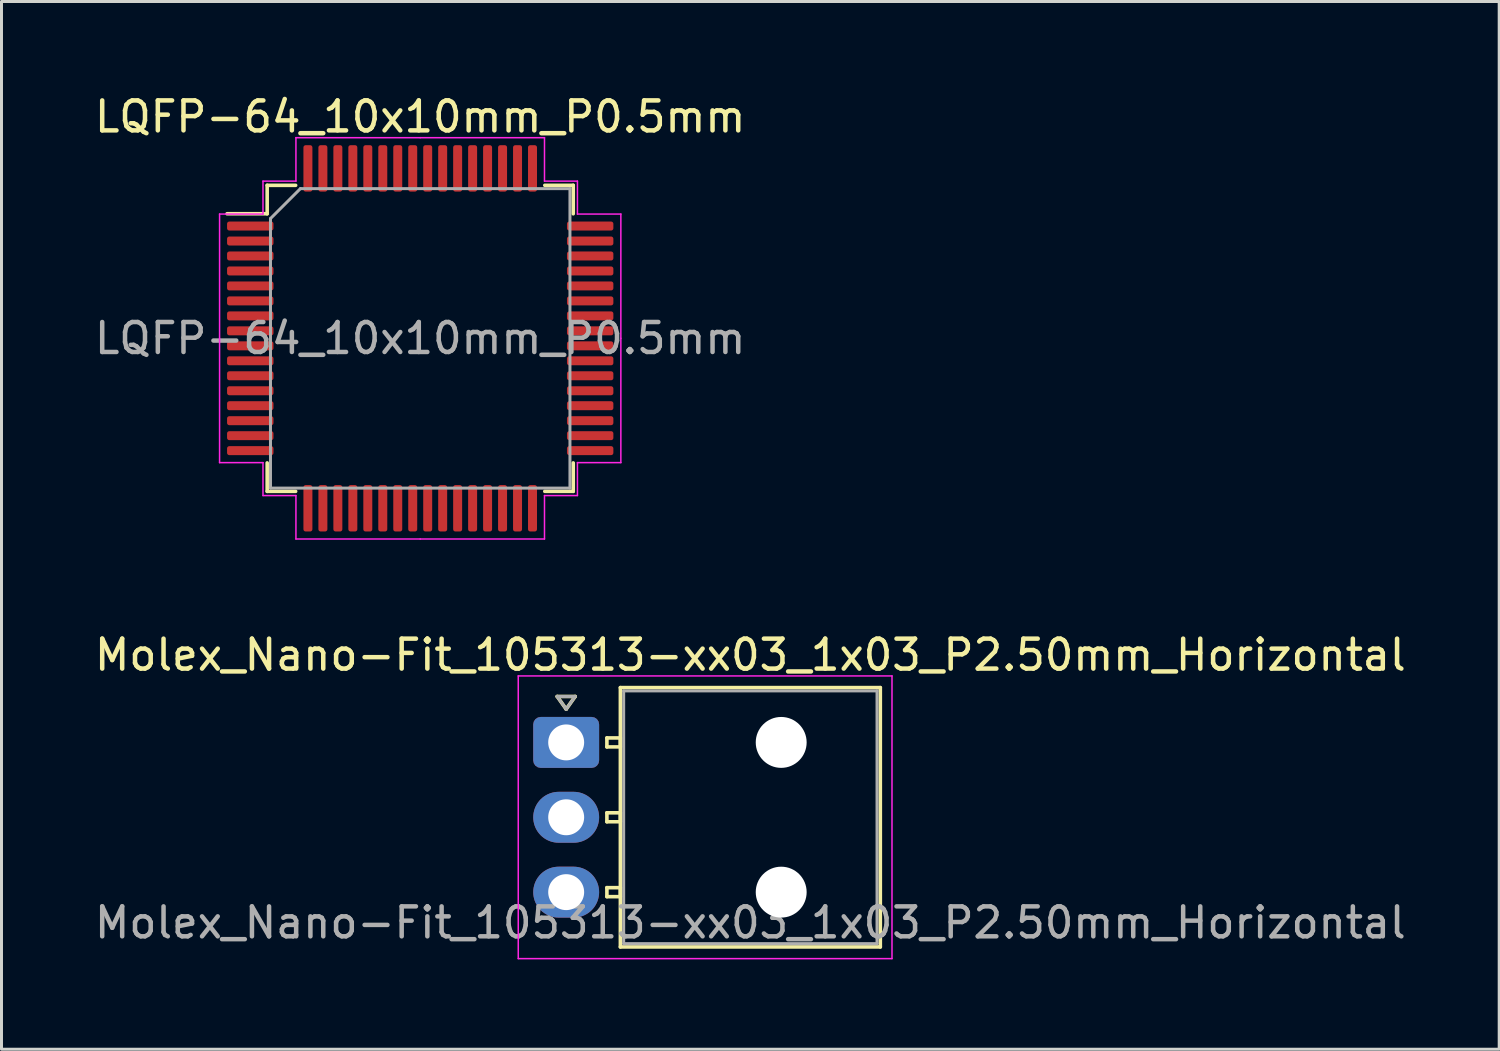
<source format=kicad_pcb>
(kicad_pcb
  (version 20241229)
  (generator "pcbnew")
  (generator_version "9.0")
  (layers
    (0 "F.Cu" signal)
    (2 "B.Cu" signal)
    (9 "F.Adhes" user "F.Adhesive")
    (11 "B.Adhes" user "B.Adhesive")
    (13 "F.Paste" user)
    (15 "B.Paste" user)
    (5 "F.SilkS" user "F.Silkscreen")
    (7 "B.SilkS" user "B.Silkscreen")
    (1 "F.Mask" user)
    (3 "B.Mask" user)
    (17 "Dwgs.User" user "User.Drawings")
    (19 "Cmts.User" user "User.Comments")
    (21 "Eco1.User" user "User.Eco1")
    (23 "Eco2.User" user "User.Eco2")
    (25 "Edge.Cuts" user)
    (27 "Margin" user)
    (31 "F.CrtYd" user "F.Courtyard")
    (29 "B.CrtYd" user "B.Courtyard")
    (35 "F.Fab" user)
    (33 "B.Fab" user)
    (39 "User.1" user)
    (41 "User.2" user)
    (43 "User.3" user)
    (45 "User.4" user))
  (footprint "Molex_Nano-Fit_105313-xx03_1x03_P2.50mm_Horizontal"
    (layer "F.Cu")
    (at 15.856 21.741)
    (property "Reference" "Molex_Nano-Fit_105313-xx03_1x03_P2.50mm_Horizontal" (at 6.15 -2.92 0) (layer "F.SilkS") (effects (font (size 1 1) (thickness 0.15))))
    (attr through_hole)
    (fp_line (start -0.3 -1.534) (end 0 -1.11) (stroke (width 0.12) (type solid)) (layer "F.SilkS"))
    (fp_line (start 0 -1.11) (end 0.3 -1.534) (stroke (width 0.12) (type solid)) (layer "F.SilkS"))
    (fp_line (start 0.3 -1.534) (end -0.3 -1.534) (stroke (width 0.12) (type solid)) (layer "F.SilkS"))
    (fp_line (start 1.36 -0.15) (end 1.36 0.15) (stroke (width 0.12) (type solid)) (layer "F.SilkS"))
    (fp_line (start 1.36 0.15) (end 1.81 0.15) (stroke (width 0.12) (type solid)) (layer "F.SilkS"))
    (fp_line (start 1.36 2.35) (end 1.36 2.65) (stroke (width 0.12) (type solid)) (layer "F.SilkS"))
    (fp_line (start 1.36 2.65) (end 1.81 2.65) (stroke (width 0.12) (type solid)) (layer "F.SilkS"))
    (fp_line (start 1.36 4.85) (end 1.36 5.15) (stroke (width 0.12) (type solid)) (layer "F.SilkS"))
    (fp_line (start 1.36 5.15) (end 1.81 5.15) (stroke (width 0.12) (type solid)) (layer "F.SilkS"))
    (fp_line (start 1.81 -1.83) (end 1.81 6.83) (stroke (width 0.12) (type solid)) (layer "F.SilkS"))
    (fp_line (start 1.81 -0.15) (end 1.36 -0.15) (stroke (width 0.12) (type solid)) (layer "F.SilkS"))
    (fp_line (start 1.81 0.15) (end 1.81 -0.15) (stroke (width 0.12) (type solid)) (layer "F.SilkS"))
    (fp_line (start 1.81 2.35) (end 1.36 2.35) (stroke (width 0.12) (type solid)) (layer "F.SilkS"))
    (fp_line (start 1.81 2.65) (end 1.81 2.35) (stroke (width 0.12) (type solid)) (layer "F.SilkS"))
    (fp_line (start 1.81 4.85) (end 1.36 4.85) (stroke (width 0.12) (type solid)) (layer "F.SilkS"))
    (fp_line (start 1.81 5.15) (end 1.81 4.85) (stroke (width 0.12) (type solid)) (layer "F.SilkS"))
    (fp_line (start 1.81 6.83) (end 10.49 6.83) (stroke (width 0.12) (type solid)) (layer "F.SilkS"))
    (fp_line (start 10.49 -1.83) (end 1.81 -1.83) (stroke (width 0.12) (type solid)) (layer "F.SilkS"))
    (fp_line (start 10.49 6.83) (end 10.49 -1.83) (stroke (width 0.12) (type solid)) (layer "F.SilkS"))
    (fp_line (start -1.6 -2.22) (end -1.6 7.22) (stroke (width 0.05) (type solid)) (layer "F.CrtYd"))
    (fp_line (start -1.6 7.22) (end 10.88 7.22) (stroke (width 0.05) (type solid)) (layer "F.CrtYd"))
    (fp_line (start 10.88 -2.22) (end -1.6 -2.22) (stroke (width 0.05) (type solid)) (layer "F.CrtYd"))
    (fp_line (start 10.88 7.22) (end 10.88 -2.22) (stroke (width 0.05) (type solid)) (layer "F.CrtYd"))
    (fp_line (start -0.3 -1.534) (end 0 -1.11) (stroke (width 0.1) (type solid)) (layer "F.Fab"))
    (fp_line (start 0 -1.11) (end 0.3 -1.534) (stroke (width 0.1) (type solid)) (layer "F.Fab"))
    (fp_line (start 0.3 -1.534) (end -0.3 -1.534) (stroke (width 0.1) (type solid)) (layer "F.Fab"))
    (fp_line (start 1.92 -1.72) (end 1.92 6.72) (stroke (width 0.1) (type solid)) (layer "F.Fab"))
    (fp_line (start 1.92 6.72) (end 10.38 6.72) (stroke (width 0.1) (type solid)) (layer "F.Fab"))
    (fp_line (start 10.38 -1.72) (end 1.92 -1.72) (stroke (width 0.1) (type solid)) (layer "F.Fab"))
    (fp_line (start 10.38 6.72) (end 10.38 -1.72) (stroke (width 0.1) (type solid)) (layer "F.Fab"))
    (fp_text user "${REFERENCE}" (at 6.15 6.02 0) (layer "F.Fab") (effects (font (size 1 1) (thickness 0.15))))
    (pad "" np_thru_hole circle (at 7.18 0) (size 1.7 1.7) (drill 1.7) (layers "*.Cu" "*.Mask"))
    (pad "" np_thru_hole circle (at 7.18 5) (size 1.7 1.7) (drill 1.7) (layers "*.Cu" "*.Mask"))
    (pad "1" thru_hole roundrect (at 0 0) (size 2.2 1.7) (drill 1.2) (layers "*.Cu" "*.Mask") (roundrect_rratio 0.147))
    (pad "2" thru_hole oval (at 0 2.5) (size 2.2 1.7) (drill 1.2) (layers "*.Cu" "*.Mask"))
    (pad "3" thru_hole oval (at 0 5) (size 2.2 1.7) (drill 1.2) (layers "*.Cu" "*.Mask")))
  (footprint "LQFP-64_10x10mm_P0.5mm"
    (layer "F.Cu")
    (at 10.982 8.248)
    (property "Reference" "LQFP-64_10x10mm_P0.5mm" (at 0 -7.4 0) (layer "F.SilkS") (effects (font (size 1 1) (thickness 0.15))))
    (attr smd)
    (fp_line (start -5.11 -5.11) (end -5.11 -4.16) (stroke (width 0.12) (type solid)) (layer "F.SilkS"))
    (fp_line (start -5.11 -4.16) (end -6.45 -4.16) (stroke (width 0.12) (type solid)) (layer "F.SilkS"))
    (fp_line (start -5.11 5.11) (end -5.11 4.16) (stroke (width 0.12) (type solid)) (layer "F.SilkS"))
    (fp_line (start -4.16 -5.11) (end -5.11 -5.11) (stroke (width 0.12) (type solid)) (layer "F.SilkS"))
    (fp_line (start -4.16 5.11) (end -5.11 5.11) (stroke (width 0.12) (type solid)) (layer "F.SilkS"))
    (fp_line (start 4.16 -5.11) (end 5.11 -5.11) (stroke (width 0.12) (type solid)) (layer "F.SilkS"))
    (fp_line (start 4.16 5.11) (end 5.11 5.11) (stroke (width 0.12) (type solid)) (layer "F.SilkS"))
    (fp_line (start 5.11 -5.11) (end 5.11 -4.16) (stroke (width 0.12) (type solid)) (layer "F.SilkS"))
    (fp_line (start 5.11 5.11) (end 5.11 4.16) (stroke (width 0.12) (type solid)) (layer "F.SilkS"))
    (fp_line (start -6.7 -4.15) (end -6.7 0) (stroke (width 0.05) (type solid)) (layer "F.CrtYd"))
    (fp_line (start -6.7 4.15) (end -6.7 0) (stroke (width 0.05) (type solid)) (layer "F.CrtYd"))
    (fp_line (start -5.25 -5.25) (end -5.25 -4.15) (stroke (width 0.05) (type solid)) (layer "F.CrtYd"))
    (fp_line (start -5.25 -4.15) (end -6.7 -4.15) (stroke (width 0.05) (type solid)) (layer "F.CrtYd"))
    (fp_line (start -5.25 4.15) (end -6.7 4.15) (stroke (width 0.05) (type solid)) (layer "F.CrtYd"))
    (fp_line (start -5.25 5.25) (end -5.25 4.15) (stroke (width 0.05) (type solid)) (layer "F.CrtYd"))
    (fp_line (start -4.15 -6.7) (end -4.15 -5.25) (stroke (width 0.05) (type solid)) (layer "F.CrtYd"))
    (fp_line (start -4.15 -5.25) (end -5.25 -5.25) (stroke (width 0.05) (type solid)) (layer "F.CrtYd"))
    (fp_line (start -4.15 5.25) (end -5.25 5.25) (stroke (width 0.05) (type solid)) (layer "F.CrtYd"))
    (fp_line (start -4.15 6.7) (end -4.15 5.25) (stroke (width 0.05) (type solid)) (layer "F.CrtYd"))
    (fp_line (start 0 -6.7) (end -4.15 -6.7) (stroke (width 0.05) (type solid)) (layer "F.CrtYd"))
    (fp_line (start 0 -6.7) (end 4.15 -6.7) (stroke (width 0.05) (type solid)) (layer "F.CrtYd"))
    (fp_line (start 0 6.7) (end -4.15 6.7) (stroke (width 0.05) (type solid)) (layer "F.CrtYd"))
    (fp_line (start 0 6.7) (end 4.15 6.7) (stroke (width 0.05) (type solid)) (layer "F.CrtYd"))
    (fp_line (start 4.15 -6.7) (end 4.15 -5.25) (stroke (width 0.05) (type solid)) (layer "F.CrtYd"))
    (fp_line (start 4.15 -5.25) (end 5.25 -5.25) (stroke (width 0.05) (type solid)) (layer "F.CrtYd"))
    (fp_line (start 4.15 5.25) (end 5.25 5.25) (stroke (width 0.05) (type solid)) (layer "F.CrtYd"))
    (fp_line (start 4.15 6.7) (end 4.15 5.25) (stroke (width 0.05) (type solid)) (layer "F.CrtYd"))
    (fp_line (start 5.25 -5.25) (end 5.25 -4.15) (stroke (width 0.05) (type solid)) (layer "F.CrtYd"))
    (fp_line (start 5.25 -4.15) (end 6.7 -4.15) (stroke (width 0.05) (type solid)) (layer "F.CrtYd"))
    (fp_line (start 5.25 4.15) (end 6.7 4.15) (stroke (width 0.05) (type solid)) (layer "F.CrtYd"))
    (fp_line (start 5.25 5.25) (end 5.25 4.15) (stroke (width 0.05) (type solid)) (layer "F.CrtYd"))
    (fp_line (start 6.7 -4.15) (end 6.7 0) (stroke (width 0.05) (type solid)) (layer "F.CrtYd"))
    (fp_line (start 6.7 4.15) (end 6.7 0) (stroke (width 0.05) (type solid)) (layer "F.CrtYd"))
    (fp_line (start -5 -4) (end -4 -5) (stroke (width 0.1) (type solid)) (layer "F.Fab"))
    (fp_line (start -5 5) (end -5 -4) (stroke (width 0.1) (type solid)) (layer "F.Fab"))
    (fp_line (start -4 -5) (end 5 -5) (stroke (width 0.1) (type solid)) (layer "F.Fab"))
    (fp_line (start 5 -5) (end 5 5) (stroke (width 0.1) (type solid)) (layer "F.Fab"))
    (fp_line (start 5 5) (end -5 5) (stroke (width 0.1) (type solid)) (layer "F.Fab"))
    (fp_text user "${REFERENCE}" (at 0 0 0) (layer "F.Fab") (effects (font (size 1 1) (thickness 0.15))))
    (pad "1" smd roundrect (at -5.675 -3.75) (size 1.55 0.3) (layers "F.Cu" "F.Mask" "F.Paste") (roundrect_rratio 0.25))
    (pad "2" smd roundrect (at -5.675 -3.25) (size 1.55 0.3) (layers "F.Cu" "F.Mask" "F.Paste") (roundrect_rratio 0.25))
    (pad "3" smd roundrect (at -5.675 -2.75) (size 1.55 0.3) (layers "F.Cu" "F.Mask" "F.Paste") (roundrect_rratio 0.25))
    (pad "4" smd roundrect (at -5.675 -2.25) (size 1.55 0.3) (layers "F.Cu" "F.Mask" "F.Paste") (roundrect_rratio 0.25))
    (pad "5" smd roundrect (at -5.675 -1.75) (size 1.55 0.3) (layers "F.Cu" "F.Mask" "F.Paste") (roundrect_rratio 0.25))
    (pad "6" smd roundrect (at -5.675 -1.25) (size 1.55 0.3) (layers "F.Cu" "F.Mask" "F.Paste") (roundrect_rratio 0.25))
    (pad "7" smd roundrect (at -5.675 -0.75) (size 1.55 0.3) (layers "F.Cu" "F.Mask" "F.Paste") (roundrect_rratio 0.25))
    (pad "8" smd roundrect (at -5.675 -0.25) (size 1.55 0.3) (layers "F.Cu" "F.Mask" "F.Paste") (roundrect_rratio 0.25))
    (pad "9" smd roundrect (at -5.675 0.25) (size 1.55 0.3) (layers "F.Cu" "F.Mask" "F.Paste") (roundrect_rratio 0.25))
    (pad "10" smd roundrect (at -5.675 0.75) (size 1.55 0.3) (layers "F.Cu" "F.Mask" "F.Paste") (roundrect_rratio 0.25))
    (pad "11" smd roundrect (at -5.675 1.25) (size 1.55 0.3) (layers "F.Cu" "F.Mask" "F.Paste") (roundrect_rratio 0.25))
    (pad "12" smd roundrect (at -5.675 1.75) (size 1.55 0.3) (layers "F.Cu" "F.Mask" "F.Paste") (roundrect_rratio 0.25))
    (pad "13" smd roundrect (at -5.675 2.25) (size 1.55 0.3) (layers "F.Cu" "F.Mask" "F.Paste") (roundrect_rratio 0.25))
    (pad "14" smd roundrect (at -5.675 2.75) (size 1.55 0.3) (layers "F.Cu" "F.Mask" "F.Paste") (roundrect_rratio 0.25))
    (pad "15" smd roundrect (at -5.675 3.25) (size 1.55 0.3) (layers "F.Cu" "F.Mask" "F.Paste") (roundrect_rratio 0.25))
    (pad "16" smd roundrect (at -5.675 3.75) (size 1.55 0.3) (layers "F.Cu" "F.Mask" "F.Paste") (roundrect_rratio 0.25))
    (pad "17" smd roundrect (at -3.75 5.675) (size 0.3 1.55) (layers "F.Cu" "F.Mask" "F.Paste") (roundrect_rratio 0.25))
    (pad "18" smd roundrect (at -3.25 5.675) (size 0.3 1.55) (layers "F.Cu" "F.Mask" "F.Paste") (roundrect_rratio 0.25))
    (pad "19" smd roundrect (at -2.75 5.675) (size 0.3 1.55) (layers "F.Cu" "F.Mask" "F.Paste") (roundrect_rratio 0.25))
    (pad "20" smd roundrect (at -2.25 5.675) (size 0.3 1.55) (layers "F.Cu" "F.Mask" "F.Paste") (roundrect_rratio 0.25))
    (pad "21" smd roundrect (at -1.75 5.675) (size 0.3 1.55) (layers "F.Cu" "F.Mask" "F.Paste") (roundrect_rratio 0.25))
    (pad "22" smd roundrect (at -1.25 5.675) (size 0.3 1.55) (layers "F.Cu" "F.Mask" "F.Paste") (roundrect_rratio 0.25))
    (pad "23" smd roundrect (at -0.75 5.675) (size 0.3 1.55) (layers "F.Cu" "F.Mask" "F.Paste") (roundrect_rratio 0.25))
    (pad "24" smd roundrect (at -0.25 5.675) (size 0.3 1.55) (layers "F.Cu" "F.Mask" "F.Paste") (roundrect_rratio 0.25))
    (pad "25" smd roundrect (at 0.25 5.675) (size 0.3 1.55) (layers "F.Cu" "F.Mask" "F.Paste") (roundrect_rratio 0.25))
    (pad "26" smd roundrect (at 0.75 5.675) (size 0.3 1.55) (layers "F.Cu" "F.Mask" "F.Paste") (roundrect_rratio 0.25))
    (pad "27" smd roundrect (at 1.25 5.675) (size 0.3 1.55) (layers "F.Cu" "F.Mask" "F.Paste") (roundrect_rratio 0.25))
    (pad "28" smd roundrect (at 1.75 5.675) (size 0.3 1.55) (layers "F.Cu" "F.Mask" "F.Paste") (roundrect_rratio 0.25))
    (pad "29" smd roundrect (at 2.25 5.675) (size 0.3 1.55) (layers "F.Cu" "F.Mask" "F.Paste") (roundrect_rratio 0.25))
    (pad "30" smd roundrect (at 2.75 5.675) (size 0.3 1.55) (layers "F.Cu" "F.Mask" "F.Paste") (roundrect_rratio 0.25))
    (pad "31" smd roundrect (at 3.25 5.675) (size 0.3 1.55) (layers "F.Cu" "F.Mask" "F.Paste") (roundrect_rratio 0.25))
    (pad "32" smd roundrect (at 3.75 5.675) (size 0.3 1.55) (layers "F.Cu" "F.Mask" "F.Paste") (roundrect_rratio 0.25))
    (pad "33" smd roundrect (at 5.675 3.75) (size 1.55 0.3) (layers "F.Cu" "F.Mask" "F.Paste") (roundrect_rratio 0.25))
    (pad "34" smd roundrect (at 5.675 3.25) (size 1.55 0.3) (layers "F.Cu" "F.Mask" "F.Paste") (roundrect_rratio 0.25))
    (pad "35" smd roundrect (at 5.675 2.75) (size 1.55 0.3) (layers "F.Cu" "F.Mask" "F.Paste") (roundrect_rratio 0.25))
    (pad "36" smd roundrect (at 5.675 2.25) (size 1.55 0.3) (layers "F.Cu" "F.Mask" "F.Paste") (roundrect_rratio 0.25))
    (pad "37" smd roundrect (at 5.675 1.75) (size 1.55 0.3) (layers "F.Cu" "F.Mask" "F.Paste") (roundrect_rratio 0.25))
    (pad "38" smd roundrect (at 5.675 1.25) (size 1.55 0.3) (layers "F.Cu" "F.Mask" "F.Paste") (roundrect_rratio 0.25))
    (pad "39" smd roundrect (at 5.675 0.75) (size 1.55 0.3) (layers "F.Cu" "F.Mask" "F.Paste") (roundrect_rratio 0.25))
    (pad "40" smd roundrect (at 5.675 0.25) (size 1.55 0.3) (layers "F.Cu" "F.Mask" "F.Paste") (roundrect_rratio 0.25))
    (pad "41" smd roundrect (at 5.675 -0.25) (size 1.55 0.3) (layers "F.Cu" "F.Mask" "F.Paste") (roundrect_rratio 0.25))
    (pad "42" smd roundrect (at 5.675 -0.75) (size 1.55 0.3) (layers "F.Cu" "F.Mask" "F.Paste") (roundrect_rratio 0.25))
    (pad "43" smd roundrect (at 5.675 -1.25) (size 1.55 0.3) (layers "F.Cu" "F.Mask" "F.Paste") (roundrect_rratio 0.25))
    (pad "44" smd roundrect (at 5.675 -1.75) (size 1.55 0.3) (layers "F.Cu" "F.Mask" "F.Paste") (roundrect_rratio 0.25))
    (pad "45" smd roundrect (at 5.675 -2.25) (size 1.55 0.3) (layers "F.Cu" "F.Mask" "F.Paste") (roundrect_rratio 0.25))
    (pad "46" smd roundrect (at 5.675 -2.75) (size 1.55 0.3) (layers "F.Cu" "F.Mask" "F.Paste") (roundrect_rratio 0.25))
    (pad "47" smd roundrect (at 5.675 -3.25) (size 1.55 0.3) (layers "F.Cu" "F.Mask" "F.Paste") (roundrect_rratio 0.25))
    (pad "48" smd roundrect (at 5.675 -3.75) (size 1.55 0.3) (layers "F.Cu" "F.Mask" "F.Paste") (roundrect_rratio 0.25))
    (pad "49" smd roundrect (at 3.75 -5.675) (size 0.3 1.55) (layers "F.Cu" "F.Mask" "F.Paste") (roundrect_rratio 0.25))
    (pad "50" smd roundrect (at 3.25 -5.675) (size 0.3 1.55) (layers "F.Cu" "F.Mask" "F.Paste") (roundrect_rratio 0.25))
    (pad "51" smd roundrect (at 2.75 -5.675) (size 0.3 1.55) (layers "F.Cu" "F.Mask" "F.Paste") (roundrect_rratio 0.25))
    (pad "52" smd roundrect (at 2.25 -5.675) (size 0.3 1.55) (layers "F.Cu" "F.Mask" "F.Paste") (roundrect_rratio 0.25))
    (pad "53" smd roundrect (at 1.75 -5.675) (size 0.3 1.55) (layers "F.Cu" "F.Mask" "F.Paste") (roundrect_rratio 0.25))
    (pad "54" smd roundrect (at 1.25 -5.675) (size 0.3 1.55) (layers "F.Cu" "F.Mask" "F.Paste") (roundrect_rratio 0.25))
    (pad "55" smd roundrect (at 0.75 -5.675) (size 0.3 1.55) (layers "F.Cu" "F.Mask" "F.Paste") (roundrect_rratio 0.25))
    (pad "56" smd roundrect (at 0.25 -5.675) (size 0.3 1.55) (layers "F.Cu" "F.Mask" "F.Paste") (roundrect_rratio 0.25))
    (pad "57" smd roundrect (at -0.25 -5.675) (size 0.3 1.55) (layers "F.Cu" "F.Mask" "F.Paste") (roundrect_rratio 0.25))
    (pad "58" smd roundrect (at -0.75 -5.675) (size 0.3 1.55) (layers "F.Cu" "F.Mask" "F.Paste") (roundrect_rratio 0.25))
    (pad "59" smd roundrect (at -1.25 -5.675) (size 0.3 1.55) (layers "F.Cu" "F.Mask" "F.Paste") (roundrect_rratio 0.25))
    (pad "60" smd roundrect (at -1.75 -5.675) (size 0.3 1.55) (layers "F.Cu" "F.Mask" "F.Paste") (roundrect_rratio 0.25))
    (pad "61" smd roundrect (at -2.25 -5.675) (size 0.3 1.55) (layers "F.Cu" "F.Mask" "F.Paste") (roundrect_rratio 0.25))
    (pad "62" smd roundrect (at -2.75 -5.675) (size 0.3 1.55) (layers "F.Cu" "F.Mask" "F.Paste") (roundrect_rratio 0.25))
    (pad "63" smd roundrect (at -3.25 -5.675) (size 0.3 1.55) (layers "F.Cu" "F.Mask" "F.Paste") (roundrect_rratio 0.25))
    (pad "64" smd roundrect (at -3.75 -5.675) (size 0.3 1.55) (layers "F.Cu" "F.Mask" "F.Paste") (roundrect_rratio 0.25)))
  (gr_rect
    (start -3 -3)
    (end 47.012 31.986)
    (stroke (width 0.1) (type default))
    (fill no)
    (layer "Edge.Cuts")))
</source>
